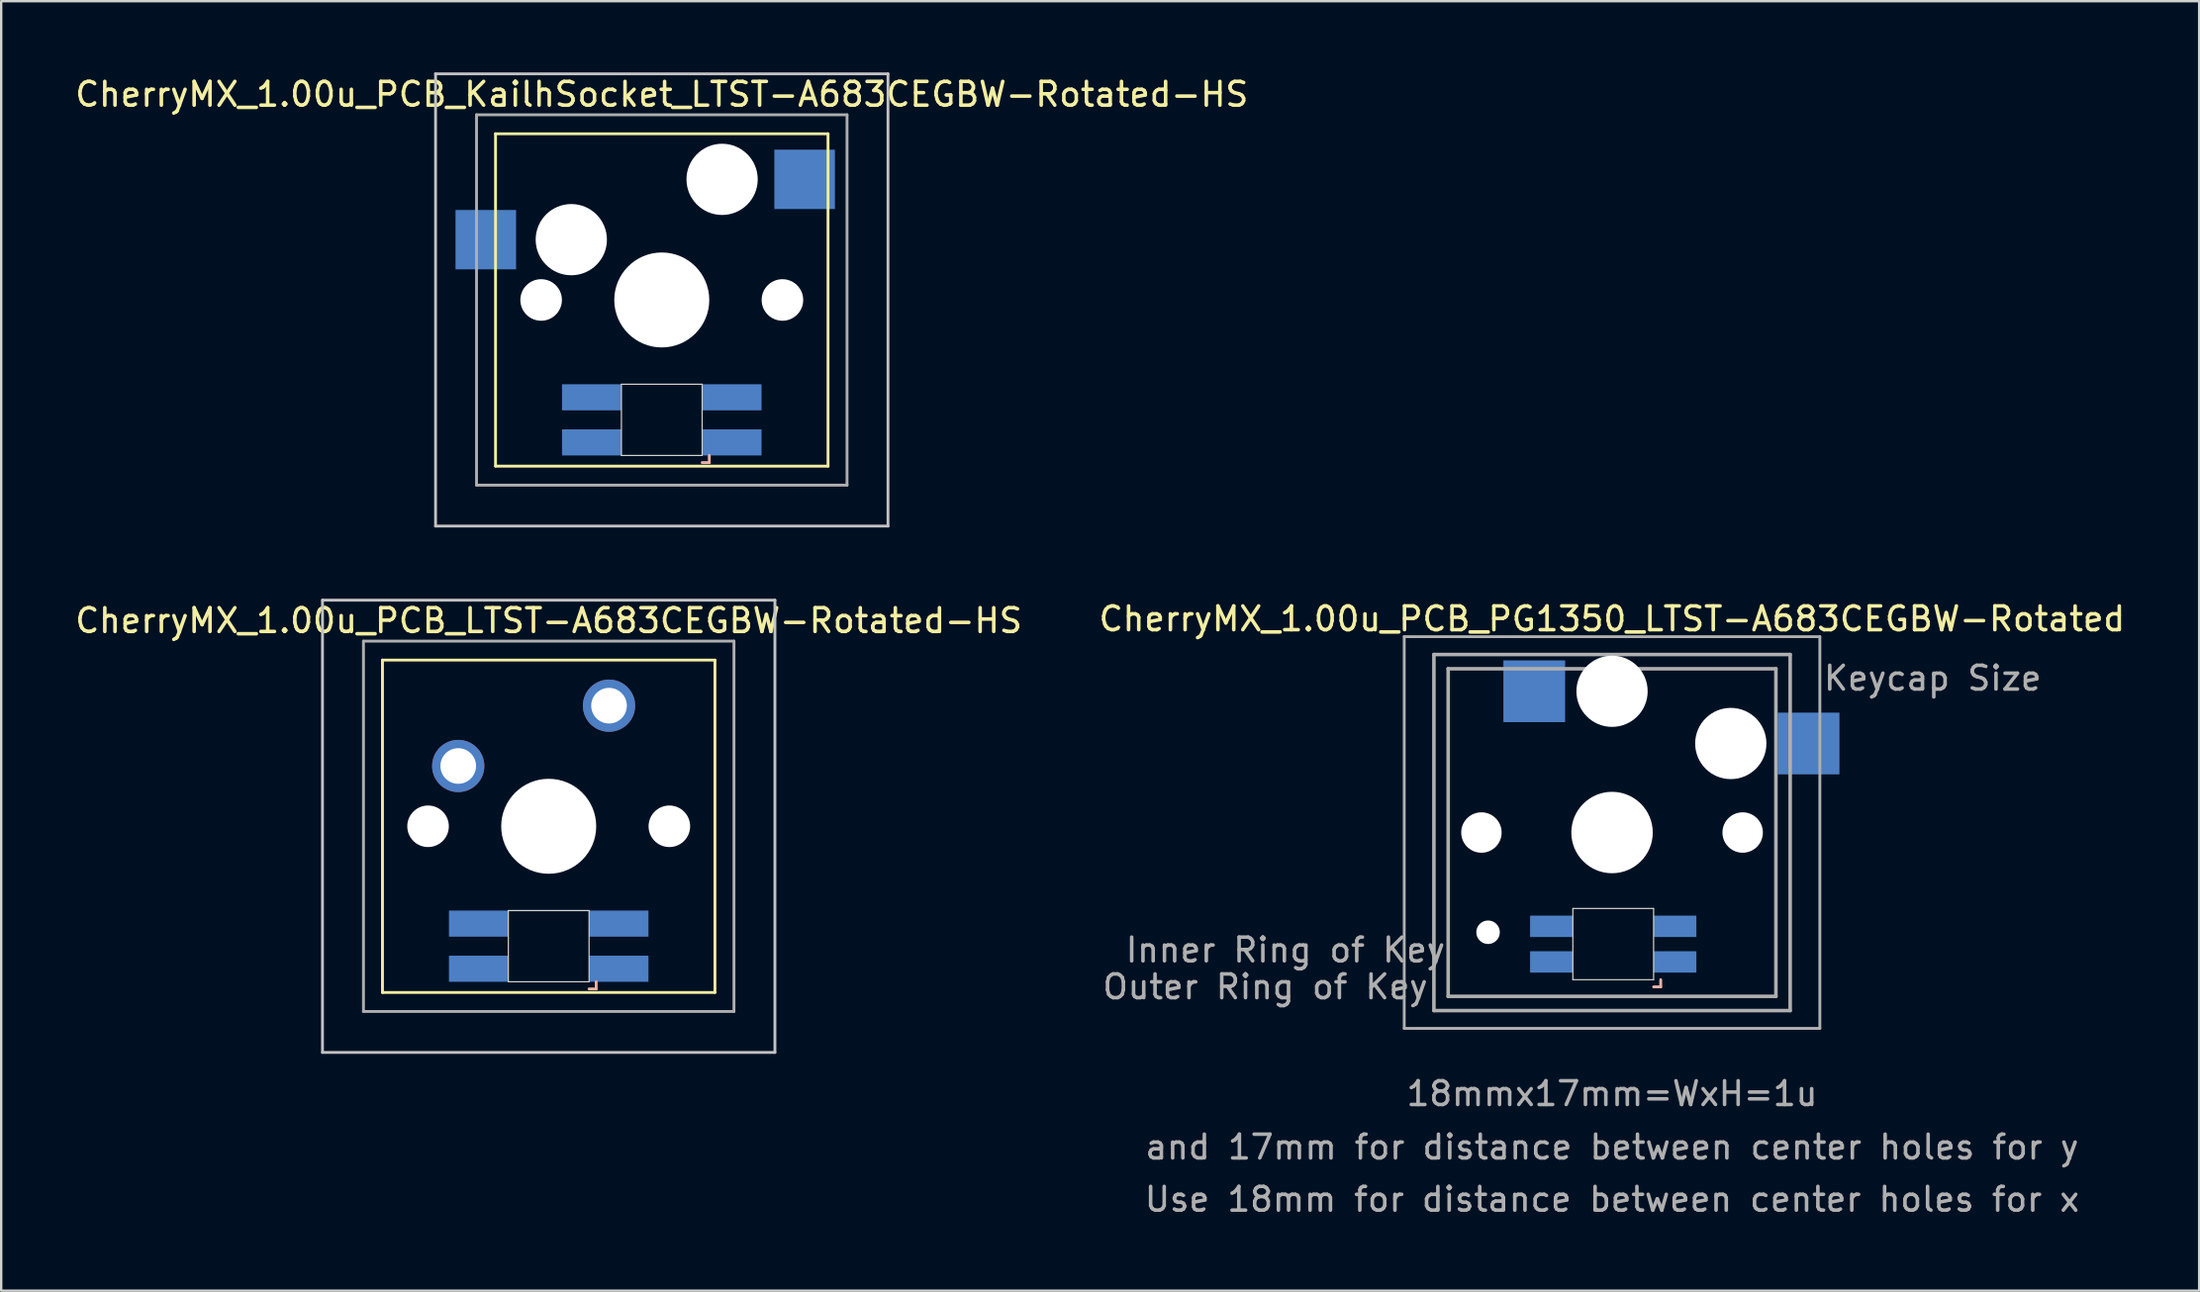
<source format=kicad_pcb>
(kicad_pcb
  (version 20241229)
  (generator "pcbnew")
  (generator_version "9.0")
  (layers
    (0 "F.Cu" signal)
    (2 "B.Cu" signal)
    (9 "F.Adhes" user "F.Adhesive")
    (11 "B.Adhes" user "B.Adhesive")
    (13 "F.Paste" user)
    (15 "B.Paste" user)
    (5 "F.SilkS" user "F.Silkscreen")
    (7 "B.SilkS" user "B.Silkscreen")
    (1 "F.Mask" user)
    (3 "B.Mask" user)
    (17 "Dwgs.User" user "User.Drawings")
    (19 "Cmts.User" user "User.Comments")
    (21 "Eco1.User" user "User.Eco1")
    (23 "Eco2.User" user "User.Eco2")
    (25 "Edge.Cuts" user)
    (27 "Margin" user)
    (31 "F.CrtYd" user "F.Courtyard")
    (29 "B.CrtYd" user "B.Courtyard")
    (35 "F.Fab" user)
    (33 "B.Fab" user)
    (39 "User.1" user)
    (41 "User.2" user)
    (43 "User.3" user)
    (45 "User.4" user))
  (footprint "CherryMX_1.00u_PCB_KailhSocket_LTST-A683CEGBW-Rotated-HS"
    (layer "F.Cu")
    (at 24.815 9.585)
    (property "Reference" "CherryMX_1.00u_PCB_KailhSocket_LTST-A683CEGBW-Rotated-HS" (at 0 -8.662 0) (layer "F.SilkS") (effects (font (size 1 1) (thickness 0.15))))
    (attr through_hole)
    (fp_line (start -7 -7) (end -7 7) (stroke (width 0.12) (type solid)) (layer "F.SilkS"))
    (fp_line (start -7 -7) (end 7 -7) (stroke (width 0.12) (type solid)) (layer "F.SilkS"))
    (fp_line (start 7 -7) (end 7 7) (stroke (width 0.12) (type solid)) (layer "F.SilkS"))
    (fp_line (start 7 7) (end -7 7) (stroke (width 0.12) (type solid)) (layer "F.SilkS"))
    (fp_line (start 1.7 6.85) (end 2 6.85) (stroke (width 0.12) (type solid)) (layer "B.SilkS"))
    (fp_line (start 2 6.85) (end 2 6.55) (stroke (width 0.12) (type solid)) (layer "B.SilkS"))
    (fp_line (start -9.525 -9.525) (end 9.525 -9.525) (stroke (width 0.12) (type solid)) (layer "Dwgs.User"))
    (fp_line (start -9.525 9.525) (end -9.525 -9.525) (stroke (width 0.12) (type solid)) (layer "Dwgs.User"))
    (fp_line (start 9.525 -9.525) (end 9.525 9.525) (stroke (width 0.12) (type solid)) (layer "Dwgs.User"))
    (fp_line (start 9.525 9.525) (end -9.525 9.525) (stroke (width 0.12) (type solid)) (layer "Dwgs.User"))
    (fp_line (start -1.7 3.55) (end 1.7 3.55) (stroke (width 0.05) (type solid)) (layer "Edge.Cuts"))
    (fp_line (start -1.7 6.55) (end -1.7 3.55) (stroke (width 0.05) (type solid)) (layer "Edge.Cuts"))
    (fp_line (start 1.7 3.55) (end 1.7 6.55) (stroke (width 0.05) (type solid)) (layer "Edge.Cuts"))
    (fp_line (start 1.7 6.55) (end -1.7 6.55) (stroke (width 0.05) (type solid)) (layer "Edge.Cuts"))
    (fp_line (start -7.8 -7.8) (end -7.8 7.8) (stroke (width 0.12) (type solid)) (layer "F.Fab"))
    (fp_line (start -7.8 -7.8) (end 7.8 -7.8) (stroke (width 0.12) (type solid)) (layer "F.Fab"))
    (fp_line (start -7.8 7.8) (end 7.8 7.8) (stroke (width 0.12) (type solid)) (layer "F.Fab"))
    (fp_line (start 7.8 -7.8) (end 7.8 7.8) (stroke (width 0.12) (type solid)) (layer "F.Fab"))
    (pad "" np_thru_hole circle (at -5.08 0) (size 1.75 1.75) (drill 1.75) (layers "*.Cu" "*.Mask"))
    (pad "" np_thru_hole circle (at -3.81 -2.54) (size 3 3) (drill 3) (layers "*.Cu" "*.Mask"))
    (pad "" np_thru_hole circle (at 0 0) (size 4 4) (drill 4) (layers "*.Cu" "*.Mask"))
    (pad "" np_thru_hole circle (at 2.54 -5.08) (size 3 3) (drill 3) (layers "*.Cu" "*.Mask"))
    (pad "" np_thru_hole circle (at 5.08 0) (size 1.75 1.75) (drill 1.75) (layers "*.Cu" "*.Mask"))
    (pad "1" smd rect (at -7.41 -2.54) (size 2.55 2.5) (layers "B.Cu" "B.Mask" "B.Paste"))
    (pad "2" smd rect (at 6.015 -5.08) (size 2.55 2.5) (layers "B.Cu" "B.Mask" "B.Paste"))
    (pad "3" smd rect (at 2.95 6) (size 2.5 1.1) (layers "B.Cu" "B.Mask" "B.Paste"))
    (pad "4" smd rect (at 2.95 4.1) (size 2.5 1.1) (layers "B.Cu" "B.Mask" "B.Paste"))
    (pad "5" smd rect (at -2.95 6) (size 2.5 1.1) (layers "B.Cu" "B.Mask" "B.Paste"))
    (pad "6" smd rect (at -2.95 4.1) (size 2.5 1.1) (layers "B.Cu" "B.Mask" "B.Paste")))
  (footprint "CherryMX_1.00u_PCB_PG1350_LTST-A683CEGBW-Rotated"
    (layer "F.Cu")
    (at 64.827 32.018)
    (property "Reference" "CherryMX_1.00u_PCB_PG1350_LTST-A683CEGBW-Rotated" (at 0 -9 0) (layer "F.SilkS") (effects (font (size 1 1) (thickness 0.15))))
    (attr through_hole)
    (fp_line (start 1.75 6.5) (end 2.05 6.5) (stroke (width 0.12) (type solid)) (layer "B.SilkS"))
    (fp_line (start 2.05 6.5) (end 2.05 6.2) (stroke (width 0.12) (type solid)) (layer "B.SilkS"))
    (fp_line (start -1.65 3.2) (end 1.75 3.2) (stroke (width 0.05) (type solid)) (layer "Edge.Cuts"))
    (fp_line (start -1.65 6.2) (end -1.65 3.2) (stroke (width 0.05) (type solid)) (layer "Edge.Cuts"))
    (fp_line (start 1.75 3.2) (end 1.75 6.2) (stroke (width 0.05) (type solid)) (layer "Edge.Cuts"))
    (fp_line (start 1.75 6.2) (end -1.65 6.2) (stroke (width 0.05) (type solid)) (layer "Edge.Cuts"))
    (fp_line (start -8.75 -8.25) (end 8.75 -8.25) (stroke (width 0.12) (type solid)) (layer "F.Fab"))
    (fp_line (start -8.75 8.25) (end -8.75 -8.25) (stroke (width 0.12) (type solid)) (layer "F.Fab"))
    (fp_line (start -7.5 -7.5) (end 7.5 -7.5) (stroke (width 0.15) (type solid)) (layer "F.Fab"))
    (fp_line (start -7.5 7.5) (end -7.5 -7.5) (stroke (width 0.15) (type solid)) (layer "F.Fab"))
    (fp_line (start -6.9 6.9) (end -6.9 -6.9) (stroke (width 0.15) (type solid)) (layer "F.Fab"))
    (fp_line (start -6.9 6.9) (end 6.9 6.9) (stroke (width 0.15) (type solid)) (layer "F.Fab"))
    (fp_line (start 6.9 -6.9) (end -6.9 -6.9) (stroke (width 0.15) (type solid)) (layer "F.Fab"))
    (fp_line (start 6.9 -6.9) (end 6.9 6.9) (stroke (width 0.15) (type solid)) (layer "F.Fab"))
    (fp_line (start 7.5 -7.5) (end 7.5 7.5) (stroke (width 0.15) (type solid)) (layer "F.Fab"))
    (fp_line (start 7.5 7.5) (end -7.5 7.5) (stroke (width 0.15) (type solid)) (layer "F.Fab"))
    (fp_line (start 8.75 -8.25) (end 8.75 8.25) (stroke (width 0.12) (type solid)) (layer "F.Fab"))
    (fp_line (start 8.75 8.25) (end -8.75 8.25) (stroke (width 0.12) (type solid)) (layer "F.Fab"))
    (fp_text user "Keycap Size" (at 13.5 -6.5 180) (layer "F.Fab") (effects (font (size 1 1) (thickness 0.15))))
    (fp_text user "18mmx17mm=WxH=1u" (at 0 11 180) (layer "F.Fab") (effects (font (size 1 1) (thickness 0.15))))
    (fp_text user "and 17mm for distance between center holes for y" (at 0 13.25 180) (layer "F.Fab") (effects (font (size 1 1) (thickness 0.15))))
    (fp_text user "Outer Ring of Key" (at -14.6 6.5 180) (layer "F.Fab") (effects (font (size 1 1) (thickness 0.15))))
    (fp_text user "Use 18mm for distance between center holes for x" (at 0 15.45 180) (layer "F.Fab") (effects (font (size 1 1) (thickness 0.15))))
    (fp_text user "Inner Ring of Key" (at -13.75 4.95 180) (layer "F.Fab") (effects (font (size 1 1) (thickness 0.15))))
    (pad "" np_thru_hole circle (at -5.5 0 180) (size 1.702 1.702) (drill 1.702) (layers "*.Cu" "*.Mask"))
    (pad "" np_thru_hole circle (at -5.22 4.2 180) (size 0.991 0.991) (drill 0.991) (layers "*.Cu" "*.Mask"))
    (pad "" np_thru_hole circle (at 0 -5.95 180) (size 3 3) (drill 3) (layers "*.Cu" "*.Mask"))
    (pad "" np_thru_hole circle (at 0 0 180) (size 3.429 3.429) (drill 3.429) (layers "*.Cu" "*.Mask"))
    (pad "" np_thru_hole circle (at 5 -3.75 180) (size 3 3) (drill 3) (layers "*.Cu" "*.Mask"))
    (pad "" np_thru_hole circle (at 5.5 0 180) (size 1.702 1.702) (drill 1.702) (layers "*.Cu" "*.Mask"))
    (pad "1" smd rect (at -3.275 -5.95 180) (size 2.6 2.6) (layers "B.Cu" "B.Mask" "B.Paste"))
    (pad "2" smd rect (at 8.275 -3.75 180) (size 2.6 2.6) (layers "B.Cu" "B.Mask" "B.Paste"))
    (pad "3" smd rect (at 2.65 5.45) (size 1.8 0.9) (layers "B.Cu" "B.Mask" "B.Paste"))
    (pad "4" smd rect (at 2.65 3.95) (size 1.8 0.9) (layers "B.Cu" "B.Mask" "B.Paste"))
    (pad "5" smd rect (at -2.55 5.45) (size 1.8 0.9) (layers "B.Cu" "B.Mask" "B.Paste"))
    (pad "6" smd rect (at -2.55 3.95) (size 1.8 0.9) (layers "B.Cu" "B.Mask" "B.Paste")))
  (footprint "CherryMX_1.00u_PCB_LTST-A683CEGBW-Rotated-HS"
    (layer "F.Cu")
    (at 20.054 31.755)
    (property "Reference" "CherryMX_1.00u_PCB_LTST-A683CEGBW-Rotated-HS" (at 0 -8.662 0) (layer "F.SilkS") (effects (font (size 1 1) (thickness 0.15))))
    (attr through_hole)
    (fp_line (start -7 -7) (end -7 7) (stroke (width 0.12) (type solid)) (layer "F.SilkS"))
    (fp_line (start -7 -7) (end 7 -7) (stroke (width 0.12) (type solid)) (layer "F.SilkS"))
    (fp_line (start 7 -7) (end 7 7) (stroke (width 0.12) (type solid)) (layer "F.SilkS"))
    (fp_line (start 7 7) (end -7 7) (stroke (width 0.12) (type solid)) (layer "F.SilkS"))
    (fp_line (start 1.7 6.85) (end 2 6.85) (stroke (width 0.12) (type solid)) (layer "B.SilkS"))
    (fp_line (start 2 6.85) (end 2 6.55) (stroke (width 0.12) (type solid)) (layer "B.SilkS"))
    (fp_line (start -9.525 -9.525) (end 9.525 -9.525) (stroke (width 0.12) (type solid)) (layer "Dwgs.User"))
    (fp_line (start -9.525 9.525) (end -9.525 -9.525) (stroke (width 0.12) (type solid)) (layer "Dwgs.User"))
    (fp_line (start 9.525 -9.525) (end 9.525 9.525) (stroke (width 0.12) (type solid)) (layer "Dwgs.User"))
    (fp_line (start 9.525 9.525) (end -9.525 9.525) (stroke (width 0.12) (type solid)) (layer "Dwgs.User"))
    (fp_line (start -1.7 3.55) (end 1.7 3.55) (stroke (width 0.05) (type solid)) (layer "Edge.Cuts"))
    (fp_line (start -1.7 6.55) (end -1.7 3.55) (stroke (width 0.05) (type solid)) (layer "Edge.Cuts"))
    (fp_line (start 1.7 3.55) (end 1.7 6.55) (stroke (width 0.05) (type solid)) (layer "Edge.Cuts"))
    (fp_line (start 1.7 6.55) (end -1.7 6.55) (stroke (width 0.05) (type solid)) (layer "Edge.Cuts"))
    (fp_line (start -7.8 -7.8) (end -7.8 7.8) (stroke (width 0.12) (type solid)) (layer "F.Fab"))
    (fp_line (start -7.8 -7.8) (end 7.8 -7.8) (stroke (width 0.12) (type solid)) (layer "F.Fab"))
    (fp_line (start -7.8 7.8) (end 7.8 7.8) (stroke (width 0.12) (type solid)) (layer "F.Fab"))
    (fp_line (start 7.8 -7.8) (end 7.8 7.8) (stroke (width 0.12) (type solid)) (layer "F.Fab"))
    (pad "" np_thru_hole circle (at -5.08 0) (size 1.75 1.75) (drill 1.75) (layers "*.Cu" "*.Mask"))
    (pad "" np_thru_hole circle (at 0 0) (size 4 4) (drill 4) (layers "*.Cu" "*.Mask"))
    (pad "" np_thru_hole circle (at 5.08 0) (size 1.75 1.75) (drill 1.75) (layers "*.Cu" "*.Mask"))
    (pad "1" thru_hole circle (at -3.81 -2.54) (size 2.2 2.2) (drill 1.5) (layers "*.Cu" "*.Mask"))
    (pad "2" thru_hole circle (at 2.54 -5.08) (size 2.2 2.2) (drill 1.5) (layers "*.Cu" "*.Mask"))
    (pad "3" smd rect (at 2.95 6) (size 2.5 1.1) (layers "B.Cu" "B.Mask" "B.Paste"))
    (pad "4" smd rect (at 2.95 4.1) (size 2.5 1.1) (layers "B.Cu" "B.Mask" "B.Paste"))
    (pad "5" smd rect (at -2.95 6) (size 2.5 1.1) (layers "B.Cu" "B.Mask" "B.Paste"))
    (pad "6" smd rect (at -2.95 4.1) (size 2.5 1.1) (layers "B.Cu" "B.Mask" "B.Paste")))
  (gr_rect
    (start -3 -3)
    (end 89.548 51.316)
    (stroke (width 0.1) (type default))
    (fill no)
    (layer "Edge.Cuts")))
</source>
